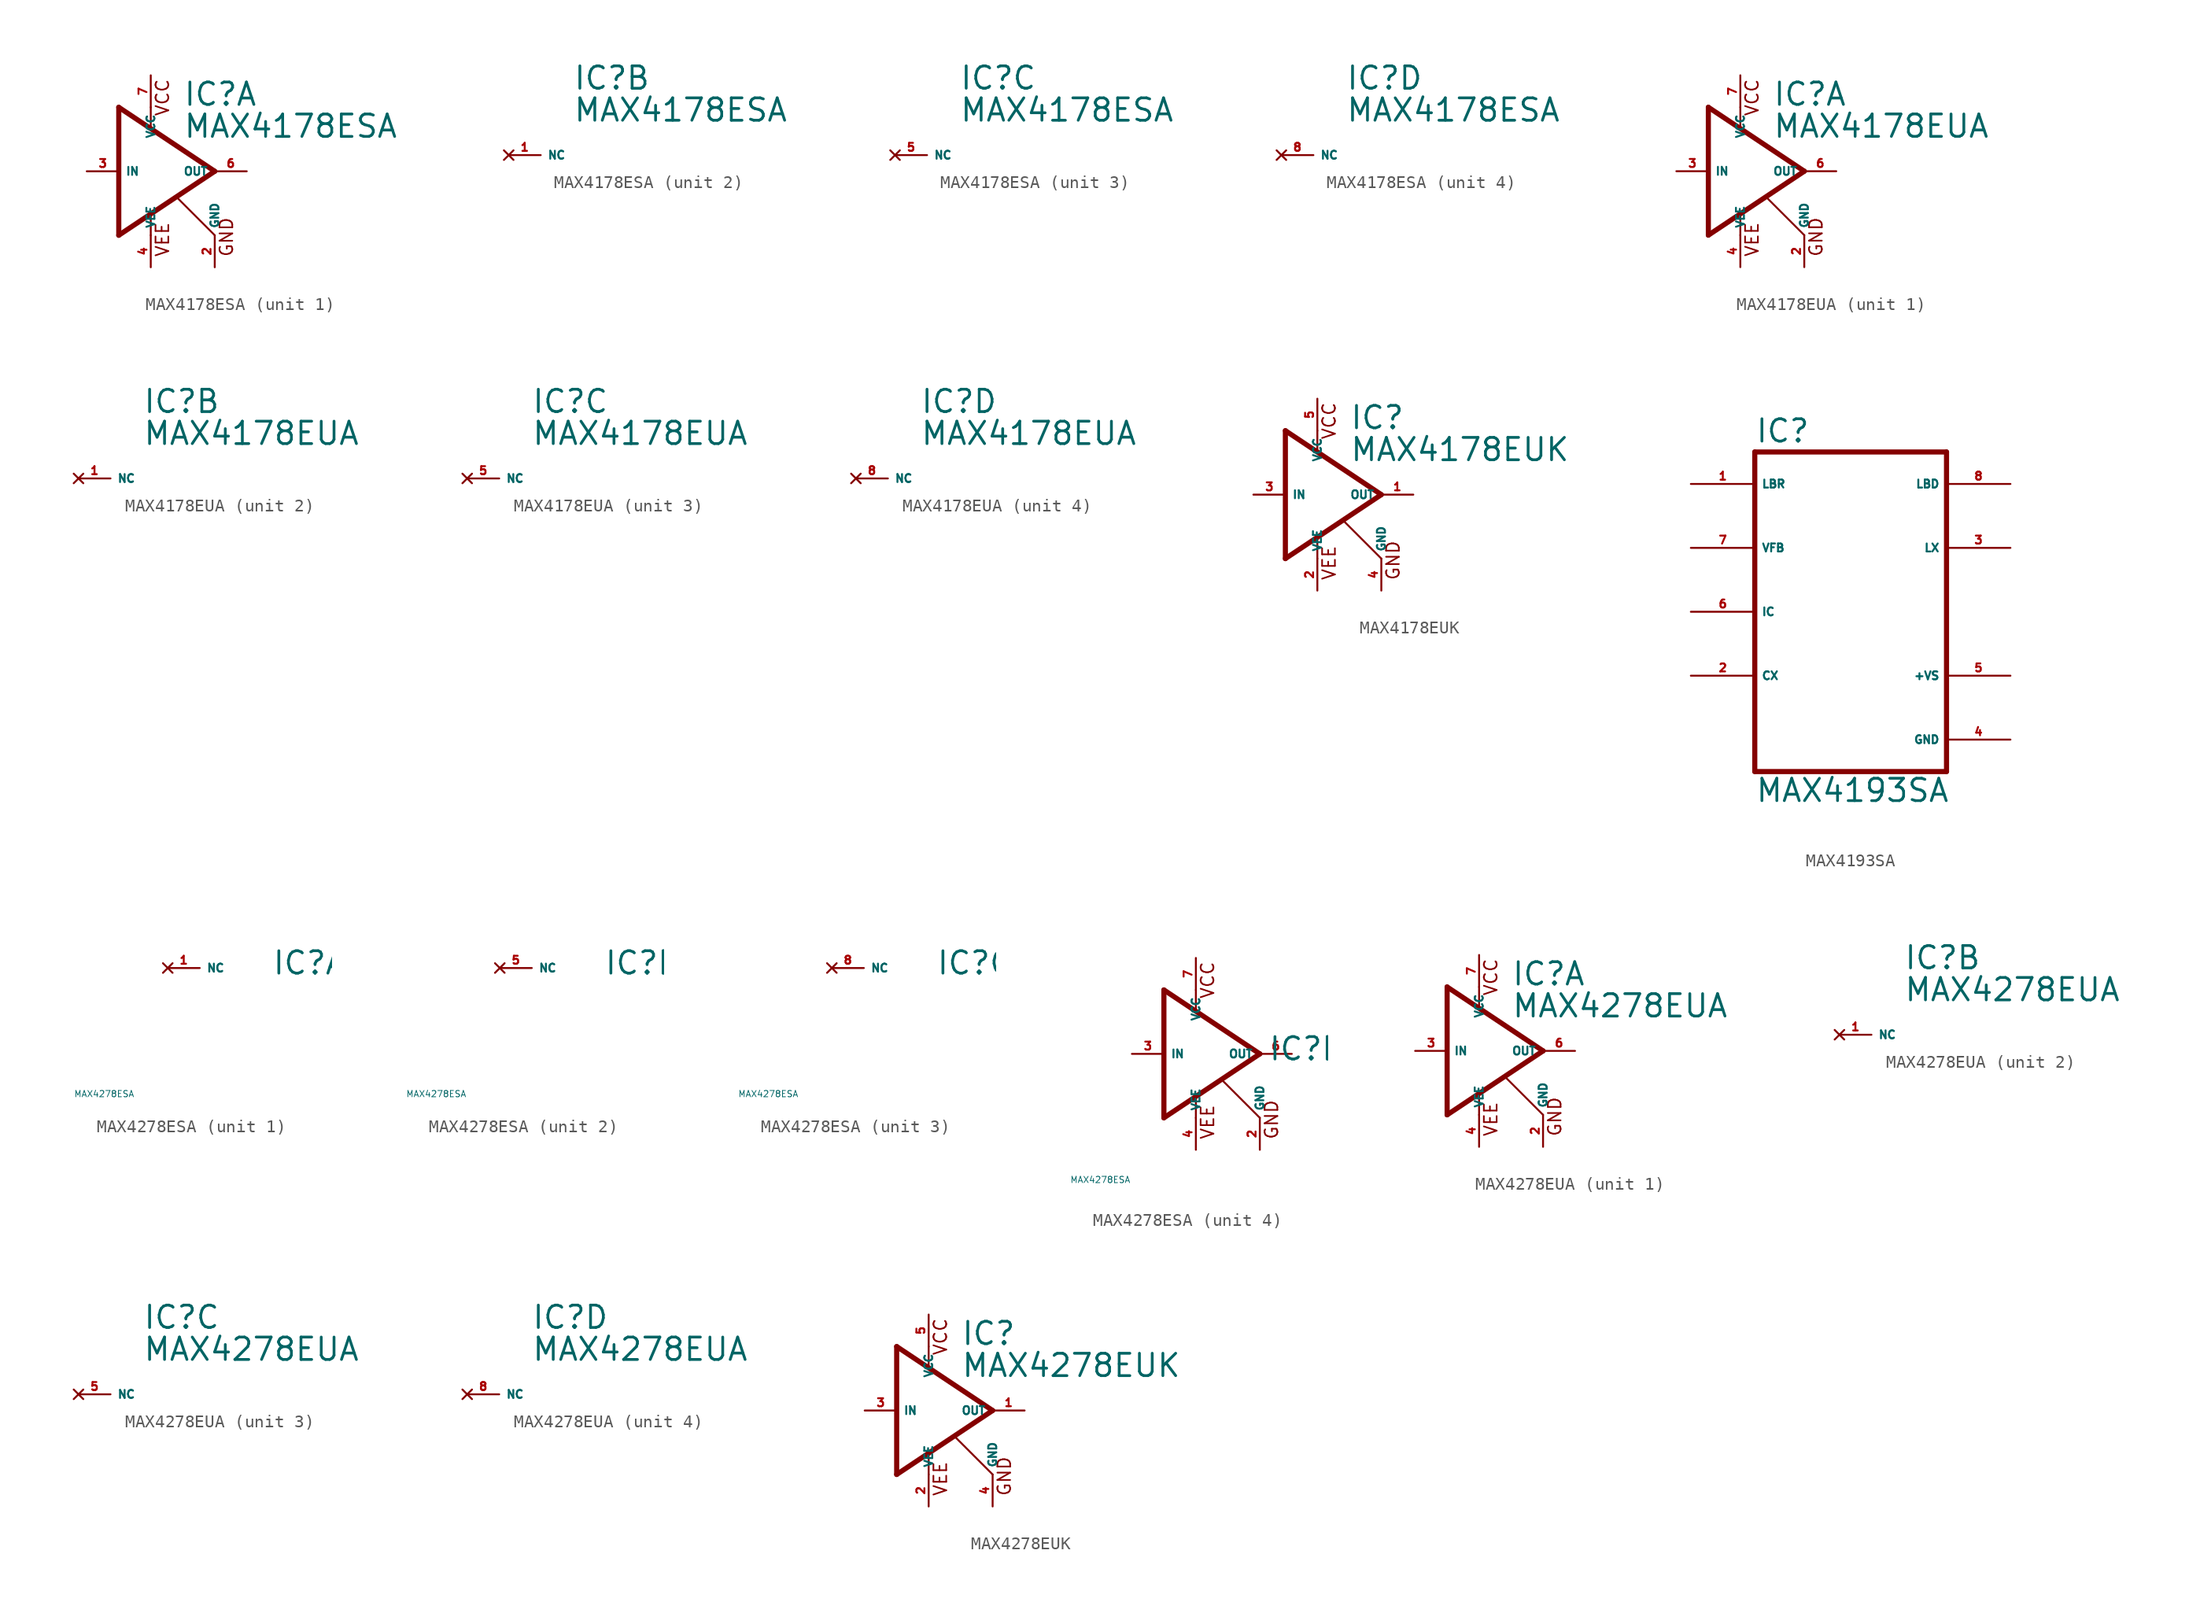
<source format=kicad_sym>
(kicad_symbol_lib
  (version 20220914)
  (generator Eagle2Kicad)
  (symbol "MAX4178ESA"
    (property "Reference" "IC"
      (at 2.54 5.08 0)
      (effects (font (size 1.778 1.778) (thickness 0.22)) (justify left bottom)))
    (property "Value" "MAX4178ESA"
      (at 2.54 2.54 0)
      (effects (font (size 1.778 1.778) (thickness 0.22)) (justify left bottom)))
    (symbol "MAX4178ESA_1_0"
      (polyline (pts (xy 0 5.08) (xy 0 3.556)) (stroke (width 0.152) (type default)) (fill (type none)))
      (polyline (pts (xy 0 -5.08) (xy 0 -3.302)) (stroke (width 0.152) (type default)) (fill (type none)))
      (polyline (pts (xy 5.08 -5.08) (xy 2.032 -2.032)) (stroke (width 0.152) (type default)) (fill (type none)))
      (polyline (pts (xy 5.08 0) (xy -2.54 5.08)) (stroke (width 0.406) (type default)) (fill (type none)))
      (polyline (pts (xy -2.54 5.08) (xy -2.54 -5.08)) (stroke (width 0.406) (type default)) (fill (type none)))
      (polyline (pts (xy -2.54 -5.08) (xy 5.08 0)) (stroke (width 0.406) (type default)) (fill (type none)))
      (text "VCC" (at 1.524 4.318 900) (effects (font (size 1.016 1.016) (thickness 0.13)) (justify left bottom)))
      (text "VEE" (at 1.524 -6.858 900) (effects (font (size 1.016 1.016) (thickness 0.13)) (justify left bottom)))
      (text "GND" (at 6.604 -6.858 900) (effects (font (size 1.016 1.016) (thickness 0.13)) (justify left bottom)))
      (pin unspecified line (at 0 7.62 270) (length 2.54) (name "VCC" (effects (font (size 0.635 0.635) (thickness 0.08)) (justify left bottom))) (number "7" (effects (font (size 0.635 0.635) (thickness 0.08)) (justify left bottom))))
      (pin unspecified line (at 0 -7.62 90) (length 2.54) (name "VEE" (effects (font (size 0.635 0.635) (thickness 0.08)) (justify left bottom))) (number "4" (effects (font (size 0.635 0.635) (thickness 0.08)) (justify left bottom))))
      (pin unspecified line (at 5.08 -7.62 90) (length 2.54) (name "GND" (effects (font (size 0.635 0.635) (thickness 0.08)) (justify left bottom))) (number "2" (effects (font (size 0.635 0.635) (thickness 0.08)) (justify left bottom))))
      (pin input line (at -5.08 0 0) (length 2.54) (name "IN" (effects (font (size 0.635 0.635) (thickness 0.08)) (justify left bottom))) (number "3" (effects (font (size 0.635 0.635) (thickness 0.08)) (justify left bottom))))
      (pin output line (at 7.62 0 180) (length 2.54) (name "OUT" (effects (font (size 0.635 0.635) (thickness 0.08)) (justify left bottom))) (number "6" (effects (font (size 0.635 0.635) (thickness 0.08)) (justify left bottom)))))
    (symbol "MAX4178ESA_2_0"
      (pin no_connect line (at -2.54 0 0) (length 2.54) (name "NC" (effects (font (size 0.635 0.635) (thickness 0.08)) (justify left bottom) hide)) (number "1" (effects (font (size 0.635 0.635) (thickness 0.08)) (justify left bottom) hide))))
    (symbol "MAX4178ESA_3_0"
      (pin no_connect line (at -2.54 0 0) (length 2.54) (name "NC" (effects (font (size 0.635 0.635) (thickness 0.08)) (justify left bottom) hide)) (number "5" (effects (font (size 0.635 0.635) (thickness 0.08)) (justify left bottom) hide))))
    (symbol "MAX4178ESA_4_0"
      (pin no_connect line (at -2.54 0 0) (length 2.54) (name "NC" (effects (font (size 0.635 0.635) (thickness 0.08)) (justify left bottom) hide)) (number "8" (effects (font (size 0.635 0.635) (thickness 0.08)) (justify left bottom) hide)))))
  (symbol "MAX4178EUA"
    (property "Reference" "IC"
      (at 2.54 5.08 0)
      (effects (font (size 1.778 1.778) (thickness 0.22)) (justify left bottom)))
    (property "Value" "MAX4178EUA"
      (at 2.54 2.54 0)
      (effects (font (size 1.778 1.778) (thickness 0.22)) (justify left bottom)))
    (symbol "MAX4178EUA_1_0"
      (polyline (pts (xy 0 5.08) (xy 0 3.556)) (stroke (width 0.152) (type default)) (fill (type none)))
      (polyline (pts (xy 0 -5.08) (xy 0 -3.302)) (stroke (width 0.152) (type default)) (fill (type none)))
      (polyline (pts (xy 5.08 -5.08) (xy 2.032 -2.032)) (stroke (width 0.152) (type default)) (fill (type none)))
      (polyline (pts (xy 5.08 0) (xy -2.54 5.08)) (stroke (width 0.406) (type default)) (fill (type none)))
      (polyline (pts (xy -2.54 5.08) (xy -2.54 -5.08)) (stroke (width 0.406) (type default)) (fill (type none)))
      (polyline (pts (xy -2.54 -5.08) (xy 5.08 0)) (stroke (width 0.406) (type default)) (fill (type none)))
      (text "VCC" (at 1.524 4.318 900) (effects (font (size 1.016 1.016) (thickness 0.13)) (justify left bottom)))
      (text "VEE" (at 1.524 -6.858 900) (effects (font (size 1.016 1.016) (thickness 0.13)) (justify left bottom)))
      (text "GND" (at 6.604 -6.858 900) (effects (font (size 1.016 1.016) (thickness 0.13)) (justify left bottom)))
      (pin unspecified line (at 0 7.62 270) (length 2.54) (name "VCC" (effects (font (size 0.635 0.635) (thickness 0.08)) (justify left bottom))) (number "7" (effects (font (size 0.635 0.635) (thickness 0.08)) (justify left bottom))))
      (pin unspecified line (at 0 -7.62 90) (length 2.54) (name "VEE" (effects (font (size 0.635 0.635) (thickness 0.08)) (justify left bottom))) (number "4" (effects (font (size 0.635 0.635) (thickness 0.08)) (justify left bottom))))
      (pin unspecified line (at 5.08 -7.62 90) (length 2.54) (name "GND" (effects (font (size 0.635 0.635) (thickness 0.08)) (justify left bottom))) (number "2" (effects (font (size 0.635 0.635) (thickness 0.08)) (justify left bottom))))
      (pin input line (at -5.08 0 0) (length 2.54) (name "IN" (effects (font (size 0.635 0.635) (thickness 0.08)) (justify left bottom))) (number "3" (effects (font (size 0.635 0.635) (thickness 0.08)) (justify left bottom))))
      (pin output line (at 7.62 0 180) (length 2.54) (name "OUT" (effects (font (size 0.635 0.635) (thickness 0.08)) (justify left bottom))) (number "6" (effects (font (size 0.635 0.635) (thickness 0.08)) (justify left bottom)))))
    (symbol "MAX4178EUA_2_0"
      (pin no_connect line (at -2.54 0 0) (length 2.54) (name "NC" (effects (font (size 0.635 0.635) (thickness 0.08)) (justify left bottom) hide)) (number "1" (effects (font (size 0.635 0.635) (thickness 0.08)) (justify left bottom) hide))))
    (symbol "MAX4178EUA_3_0"
      (pin no_connect line (at -2.54 0 0) (length 2.54) (name "NC" (effects (font (size 0.635 0.635) (thickness 0.08)) (justify left bottom) hide)) (number "5" (effects (font (size 0.635 0.635) (thickness 0.08)) (justify left bottom) hide))))
    (symbol "MAX4178EUA_4_0"
      (pin no_connect line (at -2.54 0 0) (length 2.54) (name "NC" (effects (font (size 0.635 0.635) (thickness 0.08)) (justify left bottom) hide)) (number "8" (effects (font (size 0.635 0.635) (thickness 0.08)) (justify left bottom) hide)))))
  (symbol "MAX4178EUK"
    (property "Reference" "IC"
      (at 2.54 5.08 0)
      (effects (font (size 1.778 1.778) (thickness 0.22)) (justify left bottom)))
    (property "Value" "MAX4178EUK"
      (at 2.54 2.54 0)
      (effects (font (size 1.778 1.778) (thickness 0.22)) (justify left bottom)))
    (polyline
      (pts (xy 0 5.08) (xy 0 3.556))
      (stroke (width 0.152) (type default))
      (fill (type none)))
    (polyline
      (pts (xy 0 -5.08) (xy 0 -3.302))
      (stroke (width 0.152) (type default))
      (fill (type none)))
    (polyline
      (pts (xy 5.08 -5.08) (xy 2.032 -2.032))
      (stroke (width 0.152) (type default))
      (fill (type none)))
    (polyline
      (pts (xy 5.08 0) (xy -2.54 5.08))
      (stroke (width 0.406) (type default))
      (fill (type none)))
    (polyline
      (pts (xy -2.54 5.08) (xy -2.54 -5.08))
      (stroke (width 0.406) (type default))
      (fill (type none)))
    (polyline
      (pts (xy -2.54 -5.08) (xy 5.08 0))
      (stroke (width 0.406) (type default))
      (fill (type none)))
    (text "VCC"
      (at 1.524 4.318 900)
      (effects (font (size 1.016 1.016) (thickness 0.13)) (justify left bottom)))
    (text "VEE"
      (at 1.524 -6.858 900)
      (effects (font (size 1.016 1.016) (thickness 0.13)) (justify left bottom)))
    (text "GND"
      (at 6.604 -6.858 900)
      (effects (font (size 1.016 1.016) (thickness 0.13)) (justify left bottom)))
    (pin unspecified line
      (at 0 7.62 270)
      (length 2.54)
      (name "VCC" (effects (font (size 0.635 0.635) (thickness 0.08)) (justify left bottom)))
      (number "5" (effects (font (size 0.635 0.635) (thickness 0.08)) (justify left bottom))))
    (pin unspecified line
      (at 0 -7.62 90)
      (length 2.54)
      (name "VEE" (effects (font (size 0.635 0.635) (thickness 0.08)) (justify left bottom)))
      (number "2" (effects (font (size 0.635 0.635) (thickness 0.08)) (justify left bottom))))
    (pin unspecified line
      (at 5.08 -7.62 90)
      (length 2.54)
      (name "GND" (effects (font (size 0.635 0.635) (thickness 0.08)) (justify left bottom)))
      (number "4" (effects (font (size 0.635 0.635) (thickness 0.08)) (justify left bottom))))
    (pin input line
      (at -5.08 0 0)
      (length 2.54)
      (name "IN" (effects (font (size 0.635 0.635) (thickness 0.08)) (justify left bottom)))
      (number "3" (effects (font (size 0.635 0.635) (thickness 0.08)) (justify left bottom))))
    (pin output line
      (at 7.62 0 180)
      (length 2.54)
      (name "OUT" (effects (font (size 0.635 0.635) (thickness 0.08)) (justify left bottom)))
      (number "1" (effects (font (size 0.635 0.635) (thickness 0.08)) (justify left bottom)))))
  (symbol "MAX4193SA"
    (property "Reference" "IC"
      (at -7.62 13.335 0)
      (effects (font (size 1.778 1.778) (thickness 0.22)) (justify left bottom)))
    (property "Value" "MAX4193SA"
      (at -7.62 -15.24 0)
      (effects (font (size 1.778 1.778) (thickness 0.22)) (justify left bottom)))
    (polyline
      (pts (xy -7.62 -12.7) (xy 7.62 -12.7))
      (stroke (width 0.406) (type default))
      (fill (type none)))
    (polyline
      (pts (xy 7.62 12.7) (xy 7.62 -12.7))
      (stroke (width 0.406) (type default))
      (fill (type none)))
    (polyline
      (pts (xy 7.62 12.7) (xy -7.62 12.7))
      (stroke (width 0.406) (type default))
      (fill (type none)))
    (polyline
      (pts (xy -7.62 -12.7) (xy -7.62 12.7))
      (stroke (width 0.406) (type default))
      (fill (type none)))
    (pin input line
      (at -12.7 5.08 0)
      (length 5.08)
      (name "VFB" (effects (font (size 0.635 0.635) (thickness 0.08)) (justify left bottom)))
      (number "7" (effects (font (size 0.635 0.635) (thickness 0.08)) (justify left bottom))))
    (pin input line
      (at -12.7 10.16 0)
      (length 5.08)
      (name "LBR" (effects (font (size 0.635 0.635) (thickness 0.08)) (justify left bottom)))
      (number "1" (effects (font (size 0.635 0.635) (thickness 0.08)) (justify left bottom))))
    (pin input line
      (at -12.7 0 0)
      (length 5.08)
      (name "IC" (effects (font (size 0.635 0.635) (thickness 0.08)) (justify left bottom)))
      (number "6" (effects (font (size 0.635 0.635) (thickness 0.08)) (justify left bottom))))
    (pin passive line
      (at -12.7 -5.08 0)
      (length 5.08)
      (name "CX" (effects (font (size 0.635 0.635) (thickness 0.08)) (justify left bottom)))
      (number "2" (effects (font (size 0.635 0.635) (thickness 0.08)) (justify left bottom))))
    (pin unspecified line
      (at 12.7 -10.16 180)
      (length 5.08)
      (name "GND" (effects (font (size 0.635 0.635) (thickness 0.08)) (justify left bottom)))
      (number "4" (effects (font (size 0.635 0.635) (thickness 0.08)) (justify left bottom))))
    (pin unspecified line
      (at 12.7 -5.08 180)
      (length 5.08)
      (name "+VS" (effects (font (size 0.635 0.635) (thickness 0.08)) (justify left bottom)))
      (number "5" (effects (font (size 0.635 0.635) (thickness 0.08)) (justify left bottom))))
    (pin output line
      (at 12.7 10.16 180)
      (length 5.08)
      (name "LBD" (effects (font (size 0.635 0.635) (thickness 0.08)) (justify left bottom)))
      (number "8" (effects (font (size 0.635 0.635) (thickness 0.08)) (justify left bottom))))
    (pin output line
      (at 12.7 5.08 180)
      (length 5.08)
      (name "LX" (effects (font (size 0.635 0.635) (thickness 0.08)) (justify left bottom)))
      (number "3" (effects (font (size 0.635 0.635) (thickness 0.08)) (justify left bottom)))))
  (symbol "MAX4278ESA"
    (property "Reference" "IC"
      (at 5.715 -0.635 0)
      (effects (font (size 1.778 1.778) (thickness 0.22)) (justify left bottom)))
    (property "Value" "MAX4278ESA"
      (at -10 -10 0)
      (effects (font (size 0.5 0.5) (thickness 0.06)) (justify left)))
    (symbol "MAX4278ESA_1_0"
      (pin no_connect line (at -2.54 0 0) (length 2.54) (name "NC" (effects (font (size 0.635 0.635) (thickness 0.08)) (justify left bottom) hide)) (number "1" (effects (font (size 0.635 0.635) (thickness 0.08)) (justify left bottom) hide))))
    (symbol "MAX4278ESA_2_0"
      (pin no_connect line (at -2.54 0 0) (length 2.54) (name "NC" (effects (font (size 0.635 0.635) (thickness 0.08)) (justify left bottom) hide)) (number "5" (effects (font (size 0.635 0.635) (thickness 0.08)) (justify left bottom) hide))))
    (symbol "MAX4278ESA_3_0"
      (pin no_connect line (at -2.54 0 0) (length 2.54) (name "NC" (effects (font (size 0.635 0.635) (thickness 0.08)) (justify left bottom) hide)) (number "8" (effects (font (size 0.635 0.635) (thickness 0.08)) (justify left bottom) hide))))
    (symbol "MAX4278ESA_4_0"
      (polyline (pts (xy 0 5.08) (xy 0 3.556)) (stroke (width 0.152) (type default)) (fill (type none)))
      (polyline (pts (xy 0 -5.08) (xy 0 -3.302)) (stroke (width 0.152) (type default)) (fill (type none)))
      (polyline (pts (xy 5.08 -5.08) (xy 2.032 -2.032)) (stroke (width 0.152) (type default)) (fill (type none)))
      (polyline (pts (xy 5.08 0) (xy -2.54 5.08)) (stroke (width 0.406) (type default)) (fill (type none)))
      (polyline (pts (xy -2.54 5.08) (xy -2.54 -5.08)) (stroke (width 0.406) (type default)) (fill (type none)))
      (polyline (pts (xy -2.54 -5.08) (xy 5.08 0)) (stroke (width 0.406) (type default)) (fill (type none)))
      (text "VCC" (at 1.524 4.318 900) (effects (font (size 1.016 1.016) (thickness 0.13)) (justify left bottom)))
      (text "VEE" (at 1.524 -6.858 900) (effects (font (size 1.016 1.016) (thickness 0.13)) (justify left bottom)))
      (text "GND" (at 6.604 -6.858 900) (effects (font (size 1.016 1.016) (thickness 0.13)) (justify left bottom)))
      (pin unspecified line (at 0 7.62 270) (length 2.54) (name "VCC" (effects (font (size 0.635 0.635) (thickness 0.08)) (justify left bottom))) (number "7" (effects (font (size 0.635 0.635) (thickness 0.08)) (justify left bottom))))
      (pin unspecified line (at 0 -7.62 90) (length 2.54) (name "VEE" (effects (font (size 0.635 0.635) (thickness 0.08)) (justify left bottom))) (number "4" (effects (font (size 0.635 0.635) (thickness 0.08)) (justify left bottom))))
      (pin unspecified line (at 5.08 -7.62 90) (length 2.54) (name "GND" (effects (font (size 0.635 0.635) (thickness 0.08)) (justify left bottom))) (number "2" (effects (font (size 0.635 0.635) (thickness 0.08)) (justify left bottom))))
      (pin input line (at -5.08 0 0) (length 2.54) (name "IN" (effects (font (size 0.635 0.635) (thickness 0.08)) (justify left bottom))) (number "3" (effects (font (size 0.635 0.635) (thickness 0.08)) (justify left bottom))))
      (pin output line (at 7.62 0 180) (length 2.54) (name "OUT" (effects (font (size 0.635 0.635) (thickness 0.08)) (justify left bottom))) (number "6" (effects (font (size 0.635 0.635) (thickness 0.08)) (justify left bottom))))))
  (symbol "MAX4278EUA"
    (property "Reference" "IC"
      (at 2.54 5.08 0)
      (effects (font (size 1.778 1.778) (thickness 0.22)) (justify left bottom)))
    (property "Value" "MAX4278EUA"
      (at 2.54 2.54 0)
      (effects (font (size 1.778 1.778) (thickness 0.22)) (justify left bottom)))
    (symbol "MAX4278EUA_1_0"
      (polyline (pts (xy 0 5.08) (xy 0 3.556)) (stroke (width 0.152) (type default)) (fill (type none)))
      (polyline (pts (xy 0 -5.08) (xy 0 -3.302)) (stroke (width 0.152) (type default)) (fill (type none)))
      (polyline (pts (xy 5.08 -5.08) (xy 2.032 -2.032)) (stroke (width 0.152) (type default)) (fill (type none)))
      (polyline (pts (xy 5.08 0) (xy -2.54 5.08)) (stroke (width 0.406) (type default)) (fill (type none)))
      (polyline (pts (xy -2.54 5.08) (xy -2.54 -5.08)) (stroke (width 0.406) (type default)) (fill (type none)))
      (polyline (pts (xy -2.54 -5.08) (xy 5.08 0)) (stroke (width 0.406) (type default)) (fill (type none)))
      (text "VCC" (at 1.524 4.318 900) (effects (font (size 1.016 1.016) (thickness 0.13)) (justify left bottom)))
      (text "VEE" (at 1.524 -6.858 900) (effects (font (size 1.016 1.016) (thickness 0.13)) (justify left bottom)))
      (text "GND" (at 6.604 -6.858 900) (effects (font (size 1.016 1.016) (thickness 0.13)) (justify left bottom)))
      (pin unspecified line (at 0 7.62 270) (length 2.54) (name "VCC" (effects (font (size 0.635 0.635) (thickness 0.08)) (justify left bottom))) (number "7" (effects (font (size 0.635 0.635) (thickness 0.08)) (justify left bottom))))
      (pin unspecified line (at 0 -7.62 90) (length 2.54) (name "VEE" (effects (font (size 0.635 0.635) (thickness 0.08)) (justify left bottom))) (number "4" (effects (font (size 0.635 0.635) (thickness 0.08)) (justify left bottom))))
      (pin unspecified line (at 5.08 -7.62 90) (length 2.54) (name "GND" (effects (font (size 0.635 0.635) (thickness 0.08)) (justify left bottom))) (number "2" (effects (font (size 0.635 0.635) (thickness 0.08)) (justify left bottom))))
      (pin input line (at -5.08 0 0) (length 2.54) (name "IN" (effects (font (size 0.635 0.635) (thickness 0.08)) (justify left bottom))) (number "3" (effects (font (size 0.635 0.635) (thickness 0.08)) (justify left bottom))))
      (pin output line (at 7.62 0 180) (length 2.54) (name "OUT" (effects (font (size 0.635 0.635) (thickness 0.08)) (justify left bottom))) (number "6" (effects (font (size 0.635 0.635) (thickness 0.08)) (justify left bottom)))))
    (symbol "MAX4278EUA_2_0"
      (pin no_connect line (at -2.54 0 0) (length 2.54) (name "NC" (effects (font (size 0.635 0.635) (thickness 0.08)) (justify left bottom) hide)) (number "1" (effects (font (size 0.635 0.635) (thickness 0.08)) (justify left bottom) hide))))
    (symbol "MAX4278EUA_3_0"
      (pin no_connect line (at -2.54 0 0) (length 2.54) (name "NC" (effects (font (size 0.635 0.635) (thickness 0.08)) (justify left bottom) hide)) (number "5" (effects (font (size 0.635 0.635) (thickness 0.08)) (justify left bottom) hide))))
    (symbol "MAX4278EUA_4_0"
      (pin no_connect line (at -2.54 0 0) (length 2.54) (name "NC" (effects (font (size 0.635 0.635) (thickness 0.08)) (justify left bottom) hide)) (number "8" (effects (font (size 0.635 0.635) (thickness 0.08)) (justify left bottom) hide)))))
  (symbol "MAX4278EUK"
    (property "Reference" "IC"
      (at 2.54 5.08 0)
      (effects (font (size 1.778 1.778) (thickness 0.22)) (justify left bottom)))
    (property "Value" "MAX4278EUK"
      (at 2.54 2.54 0)
      (effects (font (size 1.778 1.778) (thickness 0.22)) (justify left bottom)))
    (polyline
      (pts (xy 0 5.08) (xy 0 3.556))
      (stroke (width 0.152) (type default))
      (fill (type none)))
    (polyline
      (pts (xy 0 -5.08) (xy 0 -3.302))
      (stroke (width 0.152) (type default))
      (fill (type none)))
    (polyline
      (pts (xy 5.08 -5.08) (xy 2.032 -2.032))
      (stroke (width 0.152) (type default))
      (fill (type none)))
    (polyline
      (pts (xy 5.08 0) (xy -2.54 5.08))
      (stroke (width 0.406) (type default))
      (fill (type none)))
    (polyline
      (pts (xy -2.54 5.08) (xy -2.54 -5.08))
      (stroke (width 0.406) (type default))
      (fill (type none)))
    (polyline
      (pts (xy -2.54 -5.08) (xy 5.08 0))
      (stroke (width 0.406) (type default))
      (fill (type none)))
    (text "VCC"
      (at 1.524 4.318 900)
      (effects (font (size 1.016 1.016) (thickness 0.13)) (justify left bottom)))
    (text "VEE"
      (at 1.524 -6.858 900)
      (effects (font (size 1.016 1.016) (thickness 0.13)) (justify left bottom)))
    (text "GND"
      (at 6.604 -6.858 900)
      (effects (font (size 1.016 1.016) (thickness 0.13)) (justify left bottom)))
    (pin unspecified line
      (at 0 7.62 270)
      (length 2.54)
      (name "VCC" (effects (font (size 0.635 0.635) (thickness 0.08)) (justify left bottom)))
      (number "5" (effects (font (size 0.635 0.635) (thickness 0.08)) (justify left bottom))))
    (pin unspecified line
      (at 0 -7.62 90)
      (length 2.54)
      (name "VEE" (effects (font (size 0.635 0.635) (thickness 0.08)) (justify left bottom)))
      (number "2" (effects (font (size 0.635 0.635) (thickness 0.08)) (justify left bottom))))
    (pin unspecified line
      (at 5.08 -7.62 90)
      (length 2.54)
      (name "GND" (effects (font (size 0.635 0.635) (thickness 0.08)) (justify left bottom)))
      (number "4" (effects (font (size 0.635 0.635) (thickness 0.08)) (justify left bottom))))
    (pin input line
      (at -5.08 0 0)
      (length 2.54)
      (name "IN" (effects (font (size 0.635 0.635) (thickness 0.08)) (justify left bottom)))
      (number "3" (effects (font (size 0.635 0.635) (thickness 0.08)) (justify left bottom))))
    (pin output line
      (at 7.62 0 180)
      (length 2.54)
      (name "OUT" (effects (font (size 0.635 0.635) (thickness 0.08)) (justify left bottom)))
      (number "1" (effects (font (size 0.635 0.635) (thickness 0.08)) (justify left bottom))))))
</source>
